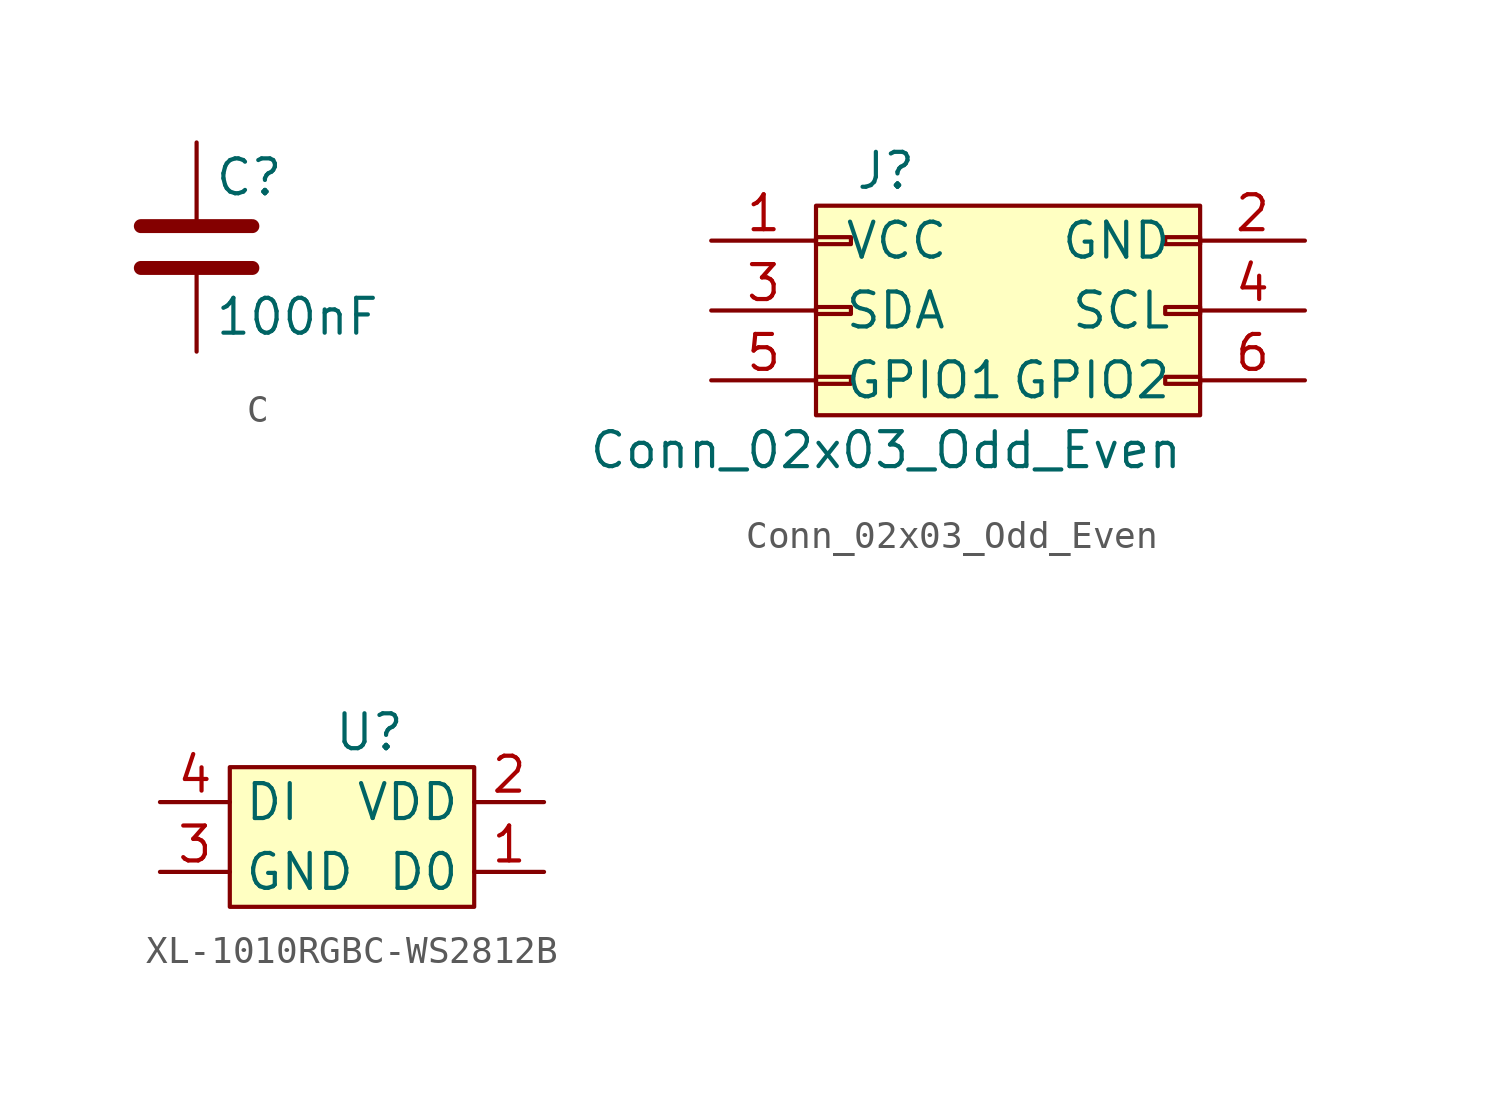
<source format=kicad_sym>
(kicad_symbol_lib
  (version 20220914)
  (generator kicad_symbol_editor)
  (symbol "C"
    (pin_numbers hide)
    (pin_names
      (offset 0.254))
    (property "Reference" "C"
      (at 0.635 2.54 0)
      (effects (font (size 1.27 1.27)) (justify left)))
    (property "Value" "100nF"
      (at 0.635 -2.54 0)
      (effects (font (size 1.27 1.27)) (justify left)))
    (symbol "C_0_1"
      (polyline (pts (xy -2.032 -0.762) (xy 2.032 -0.762)) (stroke (width 0.508) (type default)) (fill (type none)))
      (polyline (pts (xy -2.032 0.762) (xy 2.032 0.762)) (stroke (width 0.508) (type default)) (fill (type none))))
    (symbol "C_1_1"
      (pin passive line (at 0 3.81 270) (length 2.794) (name "~" (effects (font (size 1.27 1.27)))) (number "1" (effects (font (size 1.27 1.27)))))
      (pin passive line (at 0 -3.81 90) (length 2.794) (name "~" (effects (font (size 1.27 1.27)))) (number "2" (effects (font (size 1.27 1.27)))))))
  (symbol "Conn_02x03_Odd_Even"
    (pin_names
      (offset 1.016))
    (property "Reference" "J"
      (at 1.27 5.08 0)
      (effects (font (size 1.27 1.27))))
    (property "Value" "Conn_02x03_Odd_Even"
      (at 1.27 -5.08 0)
      (effects (font (size 1.27 1.27))))
    (symbol "Conn_02x03_Odd_Even_1_1"
      (rectangle (start -1.27 -2.413) (end 0 -2.667) (stroke (width 0.152) (type default)) (fill (type none)))
      (rectangle (start -1.27 0.127) (end 0 -0.127) (stroke (width 0.152) (type default)) (fill (type none)))
      (rectangle (start -1.27 2.667) (end 0 2.413) (stroke (width 0.152) (type default)) (fill (type none)))
      (rectangle (start -1.27 3.81) (end 12.7 -3.81) (stroke (width 0) (type default)) (fill (type background)))
      (rectangle (start 12.7 -2.413) (end 11.43 -2.667) (stroke (width 0.152) (type default)) (fill (type none)))
      (rectangle (start 12.7 0.127) (end 11.43 -0.127) (stroke (width 0.152) (type default)) (fill (type none)))
      (rectangle (start 12.7 2.667) (end 11.43 2.413) (stroke (width 0.152) (type default)) (fill (type none)))
      (pin passive line (at -5.08 2.54 0) (length 3.81) (name "VCC" (effects (font (size 1.27 1.27)))) (number "1" (effects (font (size 1.27 1.27)))))
      (pin passive line (at 16.51 2.54 180) (length 3.81) (name "GND" (effects (font (size 1.27 1.27)))) (number "2" (effects (font (size 1.27 1.27)))))
      (pin passive line (at -5.08 0 0) (length 3.81) (name "SDA" (effects (font (size 1.27 1.27)))) (number "3" (effects (font (size 1.27 1.27)))))
      (pin passive line (at 16.51 0 180) (length 3.81) (name "SCL" (effects (font (size 1.27 1.27)))) (number "4" (effects (font (size 1.27 1.27)))))
      (pin passive line (at -5.08 -2.54 0) (length 3.81) (name "GPIO1" (effects (font (size 1.27 1.27)))) (number "5" (effects (font (size 1.27 1.27)))))
      (pin passive line (at 16.51 -2.54 180) (length 3.81) (name "GPIO2" (effects (font (size 1.27 1.27)))) (number "6" (effects (font (size 1.27 1.27)))))))
  (symbol "XL-1010RGBC-WS2812B"
    (property "Reference" "U"
      (at 0 3.81 0)
      (effects (font (size 1.27 1.27))))
    (property "Value" ""
      (at -1.27 1.27 0)
      (effects (font (size 1.27 1.27))))
    (symbol "XL-1010RGBC-WS2812B_1_1"
      (rectangle (start -5.08 2.54) (end 3.81 -2.54) (stroke (width 0) (type default)) (fill (type background)))
      (pin output line (at 6.35 -1.27 180) (length 2.54) (name "D0" (effects (font (size 1.27 1.27)))) (number "1" (effects (font (size 1.27 1.27)))))
      (pin power_in line (at 6.35 1.27 180) (length 2.54) (name "VDD" (effects (font (size 1.27 1.27)))) (number "2" (effects (font (size 1.27 1.27)))))
      (pin power_in line (at -7.62 -1.27 0) (length 2.54) (name "GND" (effects (font (size 1.27 1.27)))) (number "3" (effects (font (size 1.27 1.27)))))
      (pin input line (at -7.62 1.27 0) (length 2.54) (name "DI" (effects (font (size 1.27 1.27)))) (number "4" (effects (font (size 1.27 1.27))))))))
</source>
